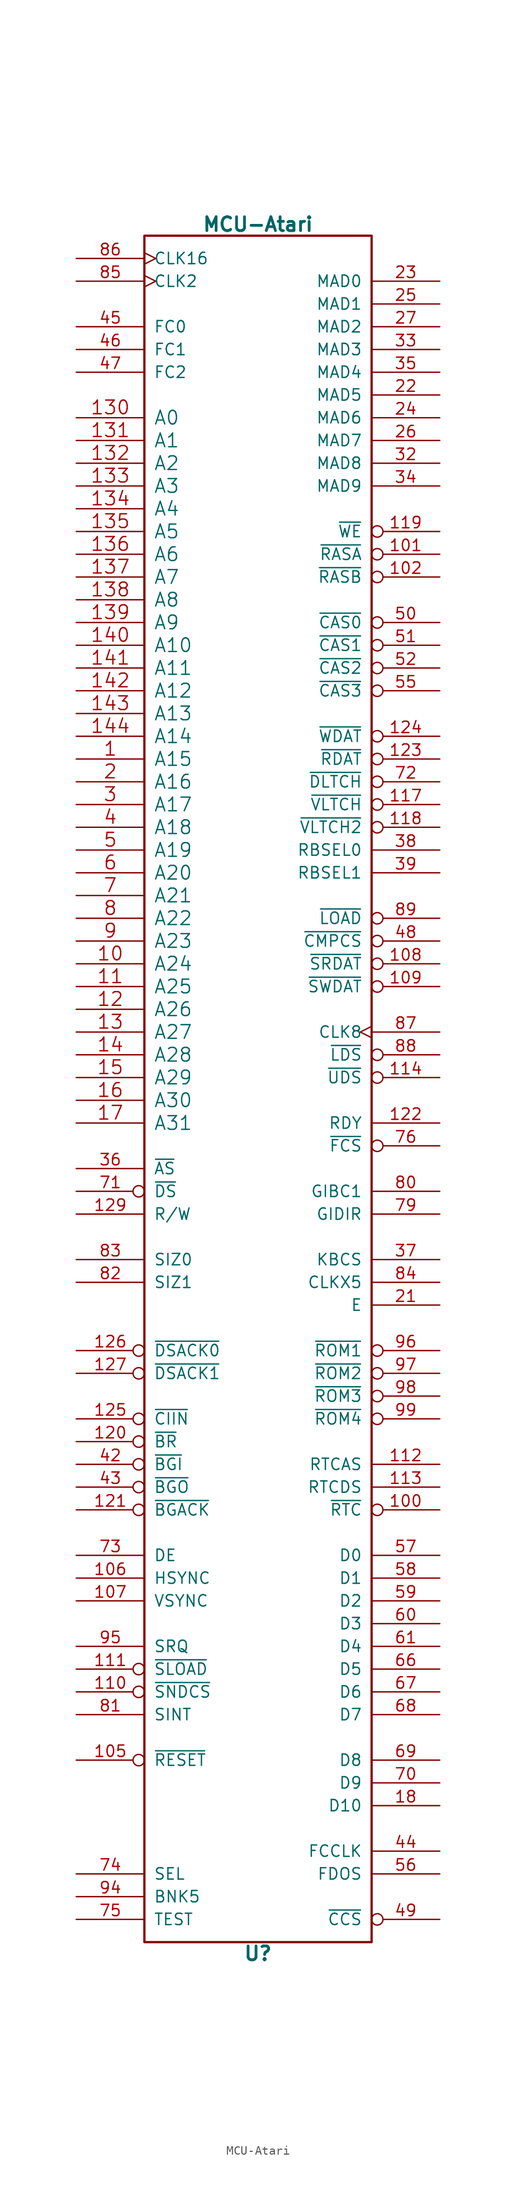
<source format=kicad_sym>
(kicad_symbol_lib
  (version 20231120)
  (generator "kicad_symbol_editor")
  (generator_version "8.0")
  (symbol "MCU-Atari"
    (pin_names
      (offset 1.016))
    (property "Reference" "U"
      (at 0 -96.52 0)
      (effects (font (size 1.549 1.549) (bold yes))))
    (property "Value" "MCU-Atari"
      (at 0 96.52 0)
      (effects (font (size 1.549 1.549) (bold yes))))
    (symbol "MCU-Atari_0_0"
      (pin bidirectional inverted (at 20.32 -46.99 180) (length 7.62) (name "~{RTC}" (effects (font (size 1.27 1.27)))) (number "100" (effects (font (size 1.27 1.27)))))
      (pin input inverted (at 20.32 59.69 180) (length 7.62) (name "~{RASA}" (effects (font (size 1.27 1.27)))) (number "101" (effects (font (size 1.27 1.27)))))
      (pin input inverted (at 20.32 57.15 180) (length 7.62) (name "~{RASB}" (effects (font (size 1.27 1.27)))) (number "102" (effects (font (size 1.27 1.27)))))
      (pin power_in line (at 0 8.89 0) (length 5.08) hide (name "VCC" (effects (font (size 1.27 1.27)))) (number "103" (effects (font (size 1.27 1.27)))))
      (pin power_in line (at 0 -1.27 0) (length 5.08) hide (name "GND" (effects (font (size 1.27 1.27)))) (number "104" (effects (font (size 1.27 1.27)))))
      (pin input inverted (at -20.32 -74.93 0) (length 7.62) (name "~{RESET}" (effects (font (size 1.27 1.27)))) (number "105" (effects (font (size 1.27 1.27)))))
      (pin input line (at -20.32 -54.61 0) (length 7.62) (name "HSYNC" (effects (font (size 1.27 1.27)))) (number "106" (effects (font (size 1.27 1.27)))))
      (pin input line (at -20.32 -57.15 0) (length 7.62) (name "VSYNC" (effects (font (size 1.27 1.27)))) (number "107" (effects (font (size 1.27 1.27)))))
      (pin input inverted (at 20.32 13.97 180) (length 7.62) (name "~{SRDAT}" (effects (font (size 1.27 1.27)))) (number "108" (effects (font (size 1.27 1.27)))))
      (pin input inverted (at 20.32 11.43 180) (length 7.62) (name "~{SWDAT}" (effects (font (size 1.27 1.27)))) (number "109" (effects (font (size 1.27 1.27)))))
      (pin input inverted (at -20.32 -67.31 0) (length 7.62) (name "~{SNDCS}" (effects (font (size 1.27 1.27)))) (number "110" (effects (font (size 1.27 1.27)))))
      (pin input inverted (at -20.32 -64.77 0) (length 7.62) (name "~{SLOAD}" (effects (font (size 1.27 1.27)))) (number "111" (effects (font (size 1.27 1.27)))))
      (pin input line (at 20.32 -41.91 180) (length 7.62) (name "RTCAS" (effects (font (size 1.27 1.27)))) (number "112" (effects (font (size 1.27 1.27)))))
      (pin input line (at 20.32 -44.45 180) (length 7.62) (name "RTCDS" (effects (font (size 1.27 1.27)))) (number "113" (effects (font (size 1.27 1.27)))))
      (pin input inverted (at 20.32 1.27 180) (length 7.62) (name "~{UDS}" (effects (font (size 1.27 1.27)))) (number "114" (effects (font (size 1.27 1.27)))))
      (pin power_in line (at 0 8.89 0) (length 5.08) hide (name "VCC" (effects (font (size 1.27 1.27)))) (number "115" (effects (font (size 1.27 1.27)))))
      (pin power_in line (at 0 -1.27 0) (length 5.08) hide (name "GND" (effects (font (size 1.27 1.27)))) (number "116" (effects (font (size 1.27 1.27)))))
      (pin input inverted (at 20.32 31.75 180) (length 7.62) (name "~{VLTCH}" (effects (font (size 1.27 1.27)))) (number "117" (effects (font (size 1.27 1.27)))))
      (pin input inverted (at 20.32 29.21 180) (length 7.62) (name "~{VLTCH2}" (effects (font (size 1.27 1.27)))) (number "118" (effects (font (size 1.27 1.27)))))
      (pin input inverted (at 20.32 62.23 180) (length 7.62) (name "~{WE}" (effects (font (size 1.27 1.27)))) (number "119" (effects (font (size 1.27 1.27)))))
      (pin input inverted (at -20.32 -39.37 0) (length 7.62) (name "~{BR}" (effects (font (size 1.27 1.27)))) (number "120" (effects (font (size 1.27 1.27)))))
      (pin input inverted (at -20.32 -46.99 0) (length 7.62) (name "~{BGACK}" (effects (font (size 1.27 1.27)))) (number "121" (effects (font (size 1.27 1.27)))))
      (pin input line (at 20.32 -3.81 180) (length 7.62) (name "RDY" (effects (font (size 1.27 1.27)))) (number "122" (effects (font (size 1.27 1.27)))))
      (pin input inverted (at 20.32 36.83 180) (length 7.62) (name "~{RDAT}" (effects (font (size 1.27 1.27)))) (number "123" (effects (font (size 1.27 1.27)))))
      (pin input inverted (at 20.32 39.37 180) (length 7.62) (name "~{WDAT}" (effects (font (size 1.27 1.27)))) (number "124" (effects (font (size 1.27 1.27)))))
      (pin input inverted (at -20.32 -36.83 0) (length 7.62) (name "~{CIIN}" (effects (font (size 1.27 1.27)))) (number "125" (effects (font (size 1.27 1.27)))))
      (pin input inverted (at -20.32 -29.21 0) (length 7.62) (name "~{DSACK0}" (effects (font (size 1.27 1.27)))) (number "126" (effects (font (size 1.27 1.27)))))
      (pin input inverted (at -20.32 -31.75 0) (length 7.62) (name "~{DSACK1}" (effects (font (size 1.27 1.27)))) (number "127" (effects (font (size 1.27 1.27)))))
      (pin power_in line (at 0 -1.27 0) (length 5.08) hide (name "GND" (effects (font (size 1.27 1.27)))) (number "128" (effects (font (size 1.27 1.27)))))
      (pin input line (at -20.32 -13.97 0) (length 7.62) (name "R/W" (effects (font (size 1.27 1.27)))) (number "129" (effects (font (size 1.27 1.27)))))
      (pin bidirectional line (at 20.32 -80.01 180) (length 7.62) (name "D10" (effects (font (size 1.27 1.27)))) (number "18" (effects (font (size 1.27 1.27)))))
      (pin power_in line (at 0 8.89 0) (length 5.08) hide (name "VCC" (effects (font (size 1.27 1.27)))) (number "19" (effects (font (size 1.27 1.27)))))
      (pin power_in line (at 0 -1.27 0) (length 5.08) hide (name "GND" (effects (font (size 1.27 1.27)))) (number "20" (effects (font (size 1.27 1.27)))))
      (pin input line (at 20.32 -24.13 180) (length 7.62) (name "E" (effects (font (size 1.27 1.27)))) (number "21" (effects (font (size 1.27 1.27)))))
      (pin input line (at 20.32 77.47 180) (length 7.62) (name "MAD5" (effects (font (size 1.27 1.27)))) (number "22" (effects (font (size 1.27 1.27)))))
      (pin input line (at 20.32 90.17 180) (length 7.62) (name "MAD0" (effects (font (size 1.27 1.27)))) (number "23" (effects (font (size 1.27 1.27)))))
      (pin input line (at 20.32 74.93 180) (length 7.62) (name "MAD6" (effects (font (size 1.27 1.27)))) (number "24" (effects (font (size 1.27 1.27)))))
      (pin input line (at 20.32 87.63 180) (length 7.62) (name "MAD1" (effects (font (size 1.27 1.27)))) (number "25" (effects (font (size 1.27 1.27)))))
      (pin input line (at 20.32 72.39 180) (length 7.62) (name "MAD7" (effects (font (size 1.27 1.27)))) (number "26" (effects (font (size 1.27 1.27)))))
      (pin input line (at 20.32 85.09 180) (length 7.62) (name "MAD2" (effects (font (size 1.27 1.27)))) (number "27" (effects (font (size 1.27 1.27)))))
      (pin power_in line (at 0 8.89 0) (length 5.08) hide (name "VCC" (effects (font (size 1.27 1.27)))) (number "28" (effects (font (size 1.27 1.27)))))
      (pin power_in line (at 0 -1.27 0) (length 5.08) hide (name "GND" (effects (font (size 1.27 1.27)))) (number "29" (effects (font (size 1.27 1.27)))))
      (pin power_in line (at 0 -1.27 0) (length 5.08) hide (name "GND" (effects (font (size 1.27 1.27)))) (number "30" (effects (font (size 1.27 1.27)))))
      (pin power_in line (at 0 8.89 0) (length 5.08) hide (name "VCC" (effects (font (size 1.27 1.27)))) (number "31" (effects (font (size 1.27 1.27)))))
      (pin input line (at 20.32 69.85 180) (length 7.62) (name "MAD8" (effects (font (size 1.27 1.27)))) (number "32" (effects (font (size 1.27 1.27)))))
      (pin input line (at 20.32 82.55 180) (length 7.62) (name "MAD3" (effects (font (size 1.27 1.27)))) (number "33" (effects (font (size 1.27 1.27)))))
      (pin input line (at 20.32 67.31 180) (length 7.62) (name "MAD9" (effects (font (size 1.27 1.27)))) (number "34" (effects (font (size 1.27 1.27)))))
      (pin input line (at 20.32 80.01 180) (length 7.62) (name "MAD4" (effects (font (size 1.27 1.27)))) (number "35" (effects (font (size 1.27 1.27)))))
      (pin input line (at 20.32 -19.05 180) (length 7.62) (name "KBCS" (effects (font (size 1.27 1.27)))) (number "37" (effects (font (size 1.27 1.27)))))
      (pin input line (at 20.32 26.67 180) (length 7.62) (name "RBSEL0" (effects (font (size 1.27 1.27)))) (number "38" (effects (font (size 1.27 1.27)))))
      (pin input line (at 20.32 24.13 180) (length 7.62) (name "RBSEL1" (effects (font (size 1.27 1.27)))) (number "39" (effects (font (size 1.27 1.27)))))
      (pin power_in line (at 0 8.89 0) (length 5.08) hide (name "VCC" (effects (font (size 1.27 1.27)))) (number "40" (effects (font (size 1.27 1.27)))))
      (pin power_in line (at 0 -1.27 0) (length 5.08) hide (name "GND" (effects (font (size 1.27 1.27)))) (number "41" (effects (font (size 1.27 1.27)))))
      (pin input inverted (at -20.32 -41.91 0) (length 7.62) (name "~{BGI}" (effects (font (size 1.27 1.27)))) (number "42" (effects (font (size 1.27 1.27)))))
      (pin input inverted (at -20.32 -44.45 0) (length 7.62) (name "~{BGO}" (effects (font (size 1.27 1.27)))) (number "43" (effects (font (size 1.27 1.27)))))
      (pin bidirectional line (at 20.32 -85.09 180) (length 7.62) (name "FCCLK" (effects (font (size 1.27 1.27)))) (number "44" (effects (font (size 1.27 1.27)))))
      (pin input inverted (at 20.32 16.51 180) (length 7.62) (name "~{CMPCS}" (effects (font (size 1.27 1.27)))) (number "48" (effects (font (size 1.27 1.27)))))
      (pin bidirectional inverted (at 20.32 -92.71 180) (length 7.62) (name "~{CCS}" (effects (font (size 1.27 1.27)))) (number "49" (effects (font (size 1.27 1.27)))))
      (pin input inverted (at 20.32 52.07 180) (length 7.62) (name "~{CAS0}" (effects (font (size 1.27 1.27)))) (number "50" (effects (font (size 1.27 1.27)))))
      (pin input inverted (at 20.32 49.53 180) (length 7.62) (name "~{CAS1}" (effects (font (size 1.27 1.27)))) (number "51" (effects (font (size 1.27 1.27)))))
      (pin input inverted (at 20.32 46.99 180) (length 7.62) (name "~{CAS2}" (effects (font (size 1.27 1.27)))) (number "52" (effects (font (size 1.27 1.27)))))
      (pin power_in line (at 0 8.89 0) (length 5.08) hide (name "VCC" (effects (font (size 1.27 1.27)))) (number "53" (effects (font (size 1.27 1.27)))))
      (pin power_in line (at 0 -1.27 0) (length 5.08) hide (name "GND" (effects (font (size 1.27 1.27)))) (number "54" (effects (font (size 1.27 1.27)))))
      (pin input inverted (at 20.32 44.45 180) (length 7.62) (name "~{CAS3}" (effects (font (size 1.27 1.27)))) (number "55" (effects (font (size 1.27 1.27)))))
      (pin bidirectional line (at 20.32 -87.63 180) (length 7.62) (name "FDOS" (effects (font (size 1.27 1.27)))) (number "56" (effects (font (size 1.27 1.27)))))
      (pin bidirectional line (at 20.32 -52.07 180) (length 7.62) (name "D0" (effects (font (size 1.27 1.27)))) (number "57" (effects (font (size 1.27 1.27)))))
      (pin bidirectional line (at 20.32 -54.61 180) (length 7.62) (name "D1" (effects (font (size 1.27 1.27)))) (number "58" (effects (font (size 1.27 1.27)))))
      (pin bidirectional line (at 20.32 -57.15 180) (length 7.62) (name "D2" (effects (font (size 1.27 1.27)))) (number "59" (effects (font (size 1.27 1.27)))))
      (pin bidirectional line (at 20.32 -59.69 180) (length 7.62) (name "D3" (effects (font (size 1.27 1.27)))) (number "60" (effects (font (size 1.27 1.27)))))
      (pin bidirectional line (at 20.32 -62.23 180) (length 7.62) (name "D4" (effects (font (size 1.27 1.27)))) (number "61" (effects (font (size 1.27 1.27)))))
      (pin power_in line (at 0 8.89 0) (length 5.08) hide (name "VCC" (effects (font (size 1.27 1.27)))) (number "62" (effects (font (size 1.27 1.27)))))
      (pin power_in line (at 0 -1.27 0) (length 5.08) hide (name "GND" (effects (font (size 1.27 1.27)))) (number "63" (effects (font (size 1.27 1.27)))))
      (pin power_in line (at 0 -1.27 0) (length 5.08) hide (name "GND" (effects (font (size 1.27 1.27)))) (number "64" (effects (font (size 1.27 1.27)))))
      (pin power_in line (at 0 8.89 0) (length 5.08) hide (name "VCC" (effects (font (size 1.27 1.27)))) (number "65" (effects (font (size 1.27 1.27)))))
      (pin bidirectional line (at 20.32 -64.77 180) (length 7.62) (name "D5" (effects (font (size 1.27 1.27)))) (number "66" (effects (font (size 1.27 1.27)))))
      (pin bidirectional line (at 20.32 -67.31 180) (length 7.62) (name "D6" (effects (font (size 1.27 1.27)))) (number "67" (effects (font (size 1.27 1.27)))))
      (pin bidirectional line (at 20.32 -69.85 180) (length 7.62) (name "D7" (effects (font (size 1.27 1.27)))) (number "68" (effects (font (size 1.27 1.27)))))
      (pin bidirectional line (at 20.32 -74.93 180) (length 7.62) (name "D8" (effects (font (size 1.27 1.27)))) (number "69" (effects (font (size 1.27 1.27)))))
      (pin bidirectional line (at 20.32 -77.47 180) (length 7.62) (name "D9" (effects (font (size 1.27 1.27)))) (number "70" (effects (font (size 1.27 1.27)))))
      (pin input inverted (at -20.32 -11.43 0) (length 7.62) (name "~{DS}" (effects (font (size 1.27 1.27)))) (number "71" (effects (font (size 1.27 1.27)))))
      (pin input inverted (at 20.32 34.29 180) (length 7.62) (name "~{DLTCH}" (effects (font (size 1.27 1.27)))) (number "72" (effects (font (size 1.27 1.27)))))
      (pin input line (at -20.32 -52.07 0) (length 7.62) (name "DE" (effects (font (size 1.27 1.27)))) (number "73" (effects (font (size 1.27 1.27)))))
      (pin input line (at -20.32 -87.63 0) (length 7.62) (name "SEL" (effects (font (size 1.27 1.27)))) (number "74" (effects (font (size 1.27 1.27)))))
      (pin input inverted (at 20.32 -6.35 180) (length 7.62) (name "~{FCS}" (effects (font (size 1.27 1.27)))) (number "76" (effects (font (size 1.27 1.27)))))
      (pin power_in line (at 0 8.89 0) (length 5.08) hide (name "VCC" (effects (font (size 1.27 1.27)))) (number "77" (effects (font (size 1.27 1.27)))))
      (pin power_in line (at 0 -1.27 0) (length 5.08) hide (name "GND" (effects (font (size 1.27 1.27)))) (number "78" (effects (font (size 1.27 1.27)))))
      (pin input line (at 20.32 -13.97 180) (length 7.62) (name "GIDIR" (effects (font (size 1.27 1.27)))) (number "79" (effects (font (size 1.27 1.27)))))
      (pin input line (at 20.32 -11.43 180) (length 7.62) (name "GIBC1" (effects (font (size 1.27 1.27)))) (number "80" (effects (font (size 1.27 1.27)))))
      (pin input line (at -20.32 -69.85 0) (length 7.62) (name "SINT" (effects (font (size 1.27 1.27)))) (number "81" (effects (font (size 1.27 1.27)))))
      (pin input line (at -20.32 -21.59 0) (length 7.62) (name "SIZ1" (effects (font (size 1.27 1.27)))) (number "82" (effects (font (size 1.27 1.27)))))
      (pin input line (at -20.32 -19.05 0) (length 7.62) (name "SIZ0" (effects (font (size 1.27 1.27)))) (number "83" (effects (font (size 1.27 1.27)))))
      (pin input line (at 20.32 -21.59 180) (length 7.62) (name "CLKX5" (effects (font (size 1.27 1.27)))) (number "84" (effects (font (size 1.27 1.27)))))
      (pin input clock (at 20.32 6.35 180) (length 7.62) (name "CLK8" (effects (font (size 1.27 1.27)))) (number "87" (effects (font (size 1.27 1.27)))))
      (pin input inverted (at 20.32 3.81 180) (length 7.62) (name "~{LDS}" (effects (font (size 1.27 1.27)))) (number "88" (effects (font (size 1.27 1.27)))))
      (pin input inverted (at 20.32 19.05 180) (length 7.62) (name "~{LOAD}" (effects (font (size 1.27 1.27)))) (number "89" (effects (font (size 1.27 1.27)))))
      (pin power_in line (at 0 8.89 0) (length 5.08) hide (name "VCC" (effects (font (size 1.27 1.27)))) (number "90" (effects (font (size 1.27 1.27)))))
      (pin power_in line (at 0 -1.27 0) (length 5.08) hide (name "GND" (effects (font (size 1.27 1.27)))) (number "91" (effects (font (size 1.27 1.27)))))
      (pin power_in line (at 0 -1.27 0) (length 5.08) hide (name "GND" (effects (font (size 1.27 1.27)))) (number "92" (effects (font (size 1.27 1.27)))))
      (pin power_in line (at 0 8.89 0) (length 5.08) hide (name "VCC" (effects (font (size 1.27 1.27)))) (number "93" (effects (font (size 1.27 1.27)))))
      (pin input line (at -20.32 -90.17 0) (length 7.62) (name "BNK5" (effects (font (size 1.27 1.27)))) (number "94" (effects (font (size 1.27 1.27)))))
      (pin input line (at -20.32 -62.23 0) (length 7.62) (name "SRQ" (effects (font (size 1.27 1.27)))) (number "95" (effects (font (size 1.27 1.27)))))
      (pin input inverted (at 20.32 -29.21 180) (length 7.62) (name "~{ROM1}" (effects (font (size 1.27 1.27)))) (number "96" (effects (font (size 1.27 1.27)))))
      (pin input inverted (at 20.32 -31.75 180) (length 7.62) (name "~{ROM2}" (effects (font (size 1.27 1.27)))) (number "97" (effects (font (size 1.27 1.27)))))
      (pin input inverted (at 20.32 -34.29 180) (length 7.62) (name "~{ROM3}" (effects (font (size 1.27 1.27)))) (number "98" (effects (font (size 1.27 1.27)))))
      (pin input inverted (at 20.32 -36.83 180) (length 7.62) (name "~{ROM4}" (effects (font (size 1.27 1.27)))) (number "99" (effects (font (size 1.27 1.27))))))
    (symbol "MCU-Atari_0_1"
      (rectangle (start -12.7 95.25) (end 12.7 -95.25) (stroke (width 0.254) (type solid)) (fill (type none))))
    (symbol "MCU-Atari_1_0"
      (pin input line (at -20.32 -8.89 0) (length 7.62) (name "~{AS}" (effects (font (size 1.27 1.27)))) (number "36" (effects (font (size 1.27 1.27)))))
      (pin input line (at -20.32 85.09 0) (length 7.62) (name "FC0" (effects (font (size 1.27 1.27)))) (number "45" (effects (font (size 1.27 1.27)))))
      (pin input line (at -20.32 82.55 0) (length 7.62) (name "FC1" (effects (font (size 1.27 1.27)))) (number "46" (effects (font (size 1.27 1.27)))))
      (pin input line (at -20.32 80.01 0) (length 7.62) (name "FC2" (effects (font (size 1.27 1.27)))) (number "47" (effects (font (size 1.27 1.27)))))
      (pin input line (at -20.32 -92.71 0) (length 7.62) (name "TEST" (effects (font (size 1.27 1.27)))) (number "75" (effects (font (size 1.27 1.27)))))
      (pin input clock (at -20.32 90.17 0) (length 7.62) (name "CLK2" (effects (font (size 1.27 1.27)))) (number "85" (effects (font (size 1.27 1.27)))))
      (pin input clock (at -20.32 92.71 0) (length 7.62) (name "CLK16" (effects (font (size 1.27 1.27)))) (number "86" (effects (font (size 1.27 1.27))))))
    (symbol "MCU-Atari_1_1"
      (pin tri_state line (at -20.32 36.83 0) (length 7.62) (name "A15" (effects (font (size 1.524 1.524)))) (number "1" (effects (font (size 1.524 1.524)))))
      (pin tri_state line (at -20.32 13.97 0) (length 7.62) (name "A24" (effects (font (size 1.524 1.524)))) (number "10" (effects (font (size 1.524 1.524)))))
      (pin tri_state line (at -20.32 11.43 0) (length 7.62) (name "A25" (effects (font (size 1.524 1.524)))) (number "11" (effects (font (size 1.524 1.524)))))
      (pin tri_state line (at -20.32 8.89 0) (length 7.62) (name "A26" (effects (font (size 1.524 1.524)))) (number "12" (effects (font (size 1.524 1.524)))))
      (pin tri_state line (at -20.32 6.35 0) (length 7.62) (name "A27" (effects (font (size 1.524 1.524)))) (number "13" (effects (font (size 1.524 1.524)))))
      (pin tri_state line (at -20.32 74.93 0) (length 7.62) (name "A0" (effects (font (size 1.524 1.524)))) (number "130" (effects (font (size 1.524 1.524)))))
      (pin tri_state line (at -20.32 72.39 0) (length 7.62) (name "A1" (effects (font (size 1.524 1.524)))) (number "131" (effects (font (size 1.524 1.524)))))
      (pin tri_state line (at -20.32 69.85 0) (length 7.62) (name "A2" (effects (font (size 1.524 1.524)))) (number "132" (effects (font (size 1.524 1.524)))))
      (pin tri_state line (at -20.32 67.31 0) (length 7.62) (name "A3" (effects (font (size 1.524 1.524)))) (number "133" (effects (font (size 1.524 1.524)))))
      (pin tri_state line (at -20.32 64.77 0) (length 7.62) (name "A4" (effects (font (size 1.524 1.524)))) (number "134" (effects (font (size 1.524 1.524)))))
      (pin tri_state line (at -20.32 62.23 0) (length 7.62) (name "A5" (effects (font (size 1.524 1.524)))) (number "135" (effects (font (size 1.524 1.524)))))
      (pin tri_state line (at -20.32 59.69 0) (length 7.62) (name "A6" (effects (font (size 1.524 1.524)))) (number "136" (effects (font (size 1.524 1.524)))))
      (pin tri_state line (at -20.32 57.15 0) (length 7.62) (name "A7" (effects (font (size 1.524 1.524)))) (number "137" (effects (font (size 1.524 1.524)))))
      (pin tri_state line (at -20.32 54.61 0) (length 7.62) (name "A8" (effects (font (size 1.524 1.524)))) (number "138" (effects (font (size 1.524 1.524)))))
      (pin tri_state line (at -20.32 52.07 0) (length 7.62) (name "A9" (effects (font (size 1.524 1.524)))) (number "139" (effects (font (size 1.524 1.524)))))
      (pin tri_state line (at -20.32 3.81 0) (length 7.62) (name "A28" (effects (font (size 1.524 1.524)))) (number "14" (effects (font (size 1.524 1.524)))))
      (pin tri_state line (at -20.32 49.53 0) (length 7.62) (name "A10" (effects (font (size 1.524 1.524)))) (number "140" (effects (font (size 1.524 1.524)))))
      (pin tri_state line (at -20.32 46.99 0) (length 7.62) (name "A11" (effects (font (size 1.524 1.524)))) (number "141" (effects (font (size 1.524 1.524)))))
      (pin tri_state line (at -20.32 44.45 0) (length 7.62) (name "A12" (effects (font (size 1.524 1.524)))) (number "142" (effects (font (size 1.524 1.524)))))
      (pin tri_state line (at -20.32 41.91 0) (length 7.62) (name "A13" (effects (font (size 1.524 1.524)))) (number "143" (effects (font (size 1.524 1.524)))))
      (pin tri_state line (at -20.32 39.37 0) (length 7.62) (name "A14" (effects (font (size 1.524 1.524)))) (number "144" (effects (font (size 1.524 1.524)))))
      (pin tri_state line (at -20.32 1.27 0) (length 7.62) (name "A29" (effects (font (size 1.524 1.524)))) (number "15" (effects (font (size 1.524 1.524)))))
      (pin tri_state line (at -20.32 -1.27 0) (length 7.62) (name "A30" (effects (font (size 1.524 1.524)))) (number "16" (effects (font (size 1.524 1.524)))))
      (pin tri_state line (at -20.32 -3.81 0) (length 7.62) (name "A31" (effects (font (size 1.524 1.524)))) (number "17" (effects (font (size 1.524 1.524)))))
      (pin tri_state line (at -20.32 34.29 0) (length 7.62) (name "A16" (effects (font (size 1.524 1.524)))) (number "2" (effects (font (size 1.524 1.524)))))
      (pin tri_state line (at -20.32 31.75 0) (length 7.62) (name "A17" (effects (font (size 1.524 1.524)))) (number "3" (effects (font (size 1.524 1.524)))))
      (pin tri_state line (at -20.32 29.21 0) (length 7.62) (name "A18" (effects (font (size 1.524 1.524)))) (number "4" (effects (font (size 1.524 1.524)))))
      (pin tri_state line (at -20.32 26.67 0) (length 7.62) (name "A19" (effects (font (size 1.524 1.524)))) (number "5" (effects (font (size 1.524 1.524)))))
      (pin tri_state line (at -20.32 24.13 0) (length 7.62) (name "A20" (effects (font (size 1.524 1.524)))) (number "6" (effects (font (size 1.524 1.524)))))
      (pin tri_state line (at -20.32 21.59 0) (length 7.62) (name "A21" (effects (font (size 1.524 1.524)))) (number "7" (effects (font (size 1.524 1.524)))))
      (pin tri_state line (at -20.32 19.05 0) (length 7.62) (name "A22" (effects (font (size 1.524 1.524)))) (number "8" (effects (font (size 1.524 1.524)))))
      (pin tri_state line (at -20.32 16.51 0) (length 7.62) (name "A23" (effects (font (size 1.524 1.524)))) (number "9" (effects (font (size 1.524 1.524))))))))
</source>
